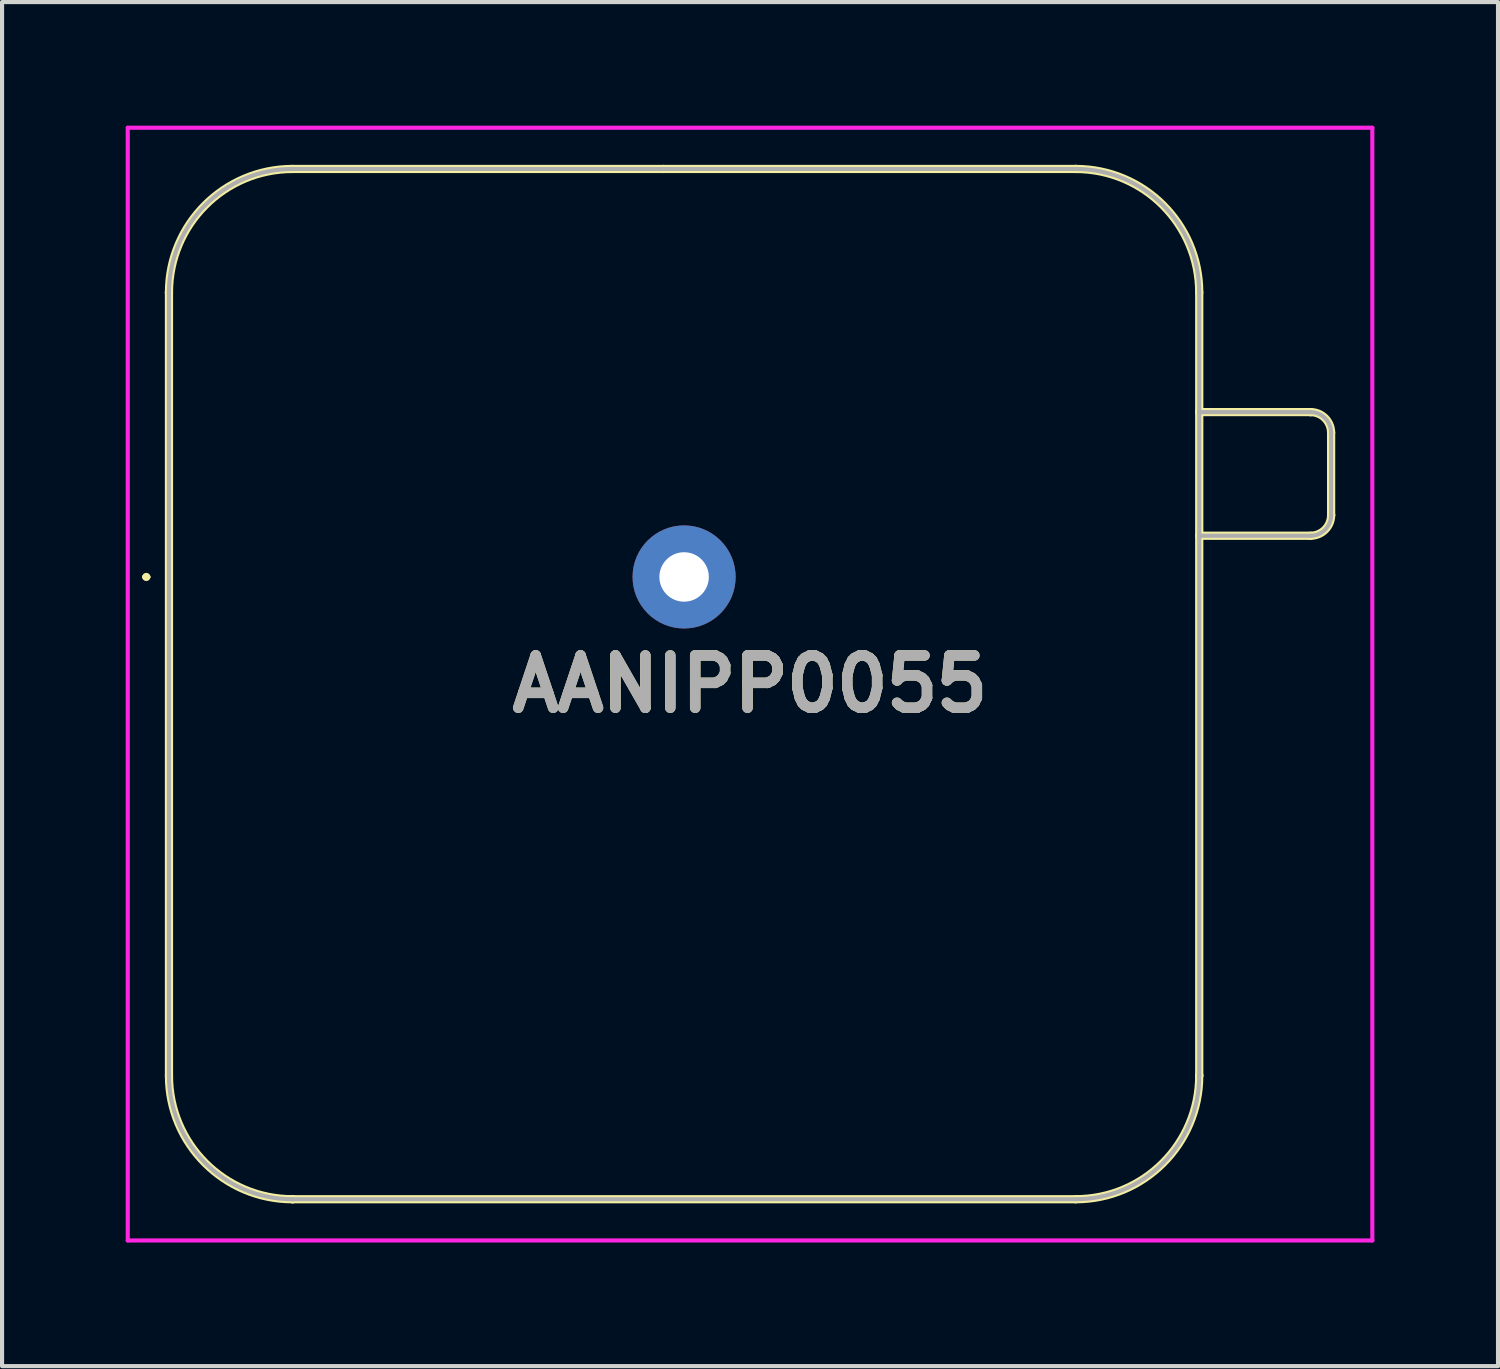
<source format=kicad_pcb>
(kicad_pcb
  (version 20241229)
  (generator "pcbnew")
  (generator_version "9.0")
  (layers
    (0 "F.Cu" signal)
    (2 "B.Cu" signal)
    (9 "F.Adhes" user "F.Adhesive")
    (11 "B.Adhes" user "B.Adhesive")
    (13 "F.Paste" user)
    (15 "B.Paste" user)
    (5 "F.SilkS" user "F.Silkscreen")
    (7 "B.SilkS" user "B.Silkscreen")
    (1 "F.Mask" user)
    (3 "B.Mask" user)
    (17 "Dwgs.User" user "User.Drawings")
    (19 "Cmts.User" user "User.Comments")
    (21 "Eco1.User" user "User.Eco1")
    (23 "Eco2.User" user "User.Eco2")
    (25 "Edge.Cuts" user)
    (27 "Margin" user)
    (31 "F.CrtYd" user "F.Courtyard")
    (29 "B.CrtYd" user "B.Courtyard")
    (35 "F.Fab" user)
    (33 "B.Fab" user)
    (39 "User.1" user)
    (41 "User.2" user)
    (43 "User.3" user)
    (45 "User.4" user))
  (footprint "AANIPP0055"
    (layer "F.Cu")
    (at 13.55 10.95)
    (property "Reference" "AANIPP0055" (at 1.6 2.6 0) (layer "F.SilkS") (effects (font (size 1.27 1.27) (thickness 0.254))))
    (attr through_hole)
    (fp_line (start -13.1 0) (end -13.1 0) (stroke (width 0.1) (type solid)) (layer "F.SilkS"))
    (fp_line (start -13 0) (end -13 0) (stroke (width 0.1) (type solid)) (layer "F.SilkS"))
    (fp_line (start -12.5 -6.9) (end -12.5 -6.9) (stroke (width 0.2) (type solid)) (layer "F.SilkS"))
    (fp_line (start -12.5 12.1) (end -12.5 -6.9) (stroke (width 0.2) (type solid)) (layer "F.SilkS"))
    (fp_line (start -9.5 -9.9) (end -0.5 -9.9) (stroke (width 0.2) (type solid)) (layer "F.SilkS"))
    (fp_line (start -9.5 15.1) (end -9.5 15.1) (stroke (width 0.2) (type solid)) (layer "F.SilkS"))
    (fp_line (start -0.5 -9.9) (end 9.5 -9.9) (stroke (width 0.2) (type solid)) (layer "F.SilkS"))
    (fp_line (start 9.5 -9.9) (end 9.5 -9.9) (stroke (width 0.2) (type solid)) (layer "F.SilkS"))
    (fp_line (start 9.5 15.1) (end -9.5 15.1) (stroke (width 0.2) (type solid)) (layer "F.SilkS"))
    (fp_line (start 12.5 -6.9) (end 12.5 12.1) (stroke (width 0.2) (type solid)) (layer "F.SilkS"))
    (fp_line (start 12.5 -4) (end 15.2 -4) (stroke (width 0.2) (type solid)) (layer "F.SilkS"))
    (fp_line (start 12.5 12.1) (end 12.5 12.1) (stroke (width 0.2) (type solid)) (layer "F.SilkS"))
    (fp_line (start 15.2 -4) (end 15.2 -4) (stroke (width 0.2) (type solid)) (layer "F.SilkS"))
    (fp_line (start 15.2 -1) (end 12.5 -1) (stroke (width 0.2) (type solid)) (layer "F.SilkS"))
    (fp_line (start 15.7 -3.5) (end 15.7 -1.5) (stroke (width 0.2) (type solid)) (layer "F.SilkS"))
    (fp_line (start 15.7 -1.5) (end 15.7 -1.5) (stroke (width 0.2) (type solid)) (layer "F.SilkS"))
    (fp_arc (start -13.1 0) (mid -13.05 -0.05) (end -13 0) (stroke (width 0.1) (type solid)) (layer "F.SilkS"))
    (fp_arc (start -13 0) (mid -13.05 0.05) (end -13.1 0) (stroke (width 0.1) (type solid)) (layer "F.SilkS"))
    (fp_arc (start -12.5 -6.9) (mid -11.62132 -9.02132) (end -9.5 -9.9) (stroke (width 0.2) (type solid)) (layer "F.SilkS"))
    (fp_arc (start -9.5 15.1) (mid -11.62132 14.22132) (end -12.5 12.1) (stroke (width 0.2) (type solid)) (layer "F.SilkS"))
    (fp_arc (start 9.5 -9.9) (mid 11.62132 -9.02132) (end 12.5 -6.9) (stroke (width 0.2) (type solid)) (layer "F.SilkS"))
    (fp_arc (start 12.5 12.1) (mid 11.62132 14.22132) (end 9.5 15.1) (stroke (width 0.2) (type solid)) (layer "F.SilkS"))
    (fp_arc (start 15.2 -4) (mid 15.553553 -3.853553) (end 15.7 -3.5) (stroke (width 0.2) (type solid)) (layer "F.SilkS"))
    (fp_arc (start 15.7 -1.5) (mid 15.553553 -1.146447) (end 15.2 -1) (stroke (width 0.2) (type solid)) (layer "F.SilkS"))
    (fp_line (start -13.5 -10.9) (end 16.7 -10.9) (stroke (width 0.1) (type solid)) (layer "F.CrtYd"))
    (fp_line (start -13.5 16.1) (end -13.5 -10.9) (stroke (width 0.1) (type solid)) (layer "F.CrtYd"))
    (fp_line (start 16.7 -10.9) (end 16.7 16.1) (stroke (width 0.1) (type solid)) (layer "F.CrtYd"))
    (fp_line (start 16.7 16.1) (end -13.5 16.1) (stroke (width 0.1) (type solid)) (layer "F.CrtYd"))
    (fp_line (start -12.5 -6.9) (end -12.5 -6.9) (stroke (width 0.1) (type solid)) (layer "F.Fab"))
    (fp_line (start -12.5 12.1) (end -12.5 -6.9) (stroke (width 0.1) (type solid)) (layer "F.Fab"))
    (fp_line (start -9.5 -9.9) (end -0.5 -9.9) (stroke (width 0.1) (type solid)) (layer "F.Fab"))
    (fp_line (start -9.5 15.1) (end -9.5 15.1) (stroke (width 0.1) (type solid)) (layer "F.Fab"))
    (fp_line (start -0.5 -9.9) (end 9.5 -9.9) (stroke (width 0.1) (type solid)) (layer "F.Fab"))
    (fp_line (start 9.5 -9.9) (end 9.5 -9.9) (stroke (width 0.1) (type solid)) (layer "F.Fab"))
    (fp_line (start 9.5 15.1) (end -9.5 15.1) (stroke (width 0.1) (type solid)) (layer "F.Fab"))
    (fp_line (start 12.5 -6.9) (end 12.5 12.1) (stroke (width 0.1) (type solid)) (layer "F.Fab"))
    (fp_line (start 12.5 -4) (end 15.2 -4) (stroke (width 0.1) (type solid)) (layer "F.Fab"))
    (fp_line (start 12.5 12.1) (end 12.5 12.1) (stroke (width 0.1) (type solid)) (layer "F.Fab"))
    (fp_line (start 15.2 -4) (end 15.2 -4) (stroke (width 0.1) (type solid)) (layer "F.Fab"))
    (fp_line (start 15.2 -1) (end 12.5 -1) (stroke (width 0.1) (type solid)) (layer "F.Fab"))
    (fp_line (start 15.7 -3.5) (end 15.7 -1.5) (stroke (width 0.1) (type solid)) (layer "F.Fab"))
    (fp_line (start 15.7 -1.5) (end 15.7 -1.5) (stroke (width 0.1) (type solid)) (layer "F.Fab"))
    (fp_arc (start -12.5 -6.9) (mid -11.62132 -9.02132) (end -9.5 -9.9) (stroke (width 0.1) (type solid)) (layer "F.Fab"))
    (fp_arc (start -9.5 15.1) (mid -11.62132 14.22132) (end -12.5 12.1) (stroke (width 0.1) (type solid)) (layer "F.Fab"))
    (fp_arc (start 9.5 -9.9) (mid 11.62132 -9.02132) (end 12.5 -6.9) (stroke (width 0.1) (type solid)) (layer "F.Fab"))
    (fp_arc (start 12.5 12.1) (mid 11.62132 14.22132) (end 9.5 15.1) (stroke (width 0.1) (type solid)) (layer "F.Fab"))
    (fp_arc (start 15.2 -4) (mid 15.553553 -3.853553) (end 15.7 -3.5) (stroke (width 0.1) (type solid)) (layer "F.Fab"))
    (fp_arc (start 15.7 -1.5) (mid 15.553553 -1.146447) (end 15.2 -1) (stroke (width 0.1) (type solid)) (layer "F.Fab"))
    (fp_text user "${REFERENCE}" (at 1.6 2.6 0) (layer "F.Fab") (effects (font (size 1.27 1.27) (thickness 0.254))))
    (pad "1" thru_hole circle (at 0 0) (size 2.5 2.5) (drill 1.2) (layers "*.Cu" "*.Mask")))
  (gr_rect
    (start -3 -3)
    (end 33.3 30.1)
    (stroke (width 0.1) (type default))
    (fill no)
    (layer "Edge.Cuts")))
</source>
